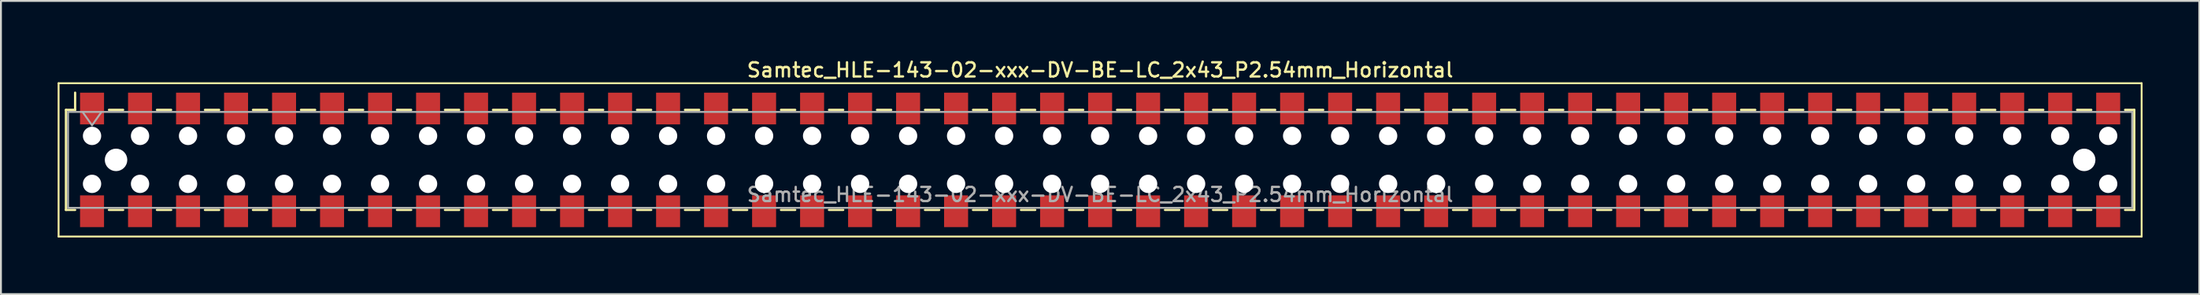
<source format=kicad_pcb>
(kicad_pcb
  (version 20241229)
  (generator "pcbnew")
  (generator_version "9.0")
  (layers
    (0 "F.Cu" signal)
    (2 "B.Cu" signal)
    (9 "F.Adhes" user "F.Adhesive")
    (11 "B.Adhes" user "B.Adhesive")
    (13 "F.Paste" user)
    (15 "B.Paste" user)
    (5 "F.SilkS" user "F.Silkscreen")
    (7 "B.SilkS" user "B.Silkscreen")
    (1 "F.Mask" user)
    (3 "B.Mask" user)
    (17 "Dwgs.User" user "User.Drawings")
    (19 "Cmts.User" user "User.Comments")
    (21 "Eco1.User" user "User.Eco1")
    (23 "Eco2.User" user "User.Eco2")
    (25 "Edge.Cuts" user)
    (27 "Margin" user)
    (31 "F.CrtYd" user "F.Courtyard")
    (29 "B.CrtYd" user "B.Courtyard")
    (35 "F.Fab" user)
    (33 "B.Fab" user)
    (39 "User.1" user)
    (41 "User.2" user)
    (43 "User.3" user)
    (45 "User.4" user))
  (footprint "Samtec_HLE-143-02-xxx-DV-BE-LC_2x43_P2.54mm_Horizontal"
    (layer "F.Cu")
    (at 55.16 5.418)
    (property "Reference" "Samtec_HLE-143-02-xxx-DV-BE-LC_2x43_P2.54mm_Horizontal" (at 0 -4.76 0) (layer "F.SilkS") (effects (font (size 0.75 0.75) (thickness 0.125))))
    (attr smd)
    (fp_line (start -55.11 -4.06) (end 55.11 -4.06) (stroke (width 0.1) (type solid)) (layer "F.SilkS"))
    (fp_line (start -55.11 4.06) (end -55.11 -4.06) (stroke (width 0.1) (type solid)) (layer "F.SilkS"))
    (fp_line (start -54.72 -2.65) (end -54.72 2.65) (stroke (width 0.12) (type solid)) (layer "F.SilkS"))
    (fp_line (start -54.72 2.65) (end -54.235 2.65) (stroke (width 0.12) (type solid)) (layer "F.SilkS"))
    (fp_line (start -54.235 -3.56) (end -54.235 -2.65) (stroke (width 0.12) (type solid)) (layer "F.SilkS"))
    (fp_line (start -54.235 -2.65) (end -54.72 -2.65) (stroke (width 0.12) (type solid)) (layer "F.SilkS"))
    (fp_line (start -52.445 -2.65) (end -51.695 -2.65) (stroke (width 0.12) (type solid)) (layer "F.SilkS"))
    (fp_line (start -52.445 2.65) (end -51.695 2.65) (stroke (width 0.12) (type solid)) (layer "F.SilkS"))
    (fp_line (start -49.905 -2.65) (end -49.155 -2.65) (stroke (width 0.12) (type solid)) (layer "F.SilkS"))
    (fp_line (start -49.905 2.65) (end -49.155 2.65) (stroke (width 0.12) (type solid)) (layer "F.SilkS"))
    (fp_line (start -47.365 -2.65) (end -46.615 -2.65) (stroke (width 0.12) (type solid)) (layer "F.SilkS"))
    (fp_line (start -47.365 2.65) (end -46.615 2.65) (stroke (width 0.12) (type solid)) (layer "F.SilkS"))
    (fp_line (start -44.825 -2.65) (end -44.075 -2.65) (stroke (width 0.12) (type solid)) (layer "F.SilkS"))
    (fp_line (start -44.825 2.65) (end -44.075 2.65) (stroke (width 0.12) (type solid)) (layer "F.SilkS"))
    (fp_line (start -42.285 -2.65) (end -41.535 -2.65) (stroke (width 0.12) (type solid)) (layer "F.SilkS"))
    (fp_line (start -42.285 2.65) (end -41.535 2.65) (stroke (width 0.12) (type solid)) (layer "F.SilkS"))
    (fp_line (start -39.745 -2.65) (end -38.995 -2.65) (stroke (width 0.12) (type solid)) (layer "F.SilkS"))
    (fp_line (start -39.745 2.65) (end -38.995 2.65) (stroke (width 0.12) (type solid)) (layer "F.SilkS"))
    (fp_line (start -37.205 -2.65) (end -36.455 -2.65) (stroke (width 0.12) (type solid)) (layer "F.SilkS"))
    (fp_line (start -37.205 2.65) (end -36.455 2.65) (stroke (width 0.12) (type solid)) (layer "F.SilkS"))
    (fp_line (start -34.665 -2.65) (end -33.915 -2.65) (stroke (width 0.12) (type solid)) (layer "F.SilkS"))
    (fp_line (start -34.665 2.65) (end -33.915 2.65) (stroke (width 0.12) (type solid)) (layer "F.SilkS"))
    (fp_line (start -32.125 -2.65) (end -31.375 -2.65) (stroke (width 0.12) (type solid)) (layer "F.SilkS"))
    (fp_line (start -32.125 2.65) (end -31.375 2.65) (stroke (width 0.12) (type solid)) (layer "F.SilkS"))
    (fp_line (start -29.585 -2.65) (end -28.835 -2.65) (stroke (width 0.12) (type solid)) (layer "F.SilkS"))
    (fp_line (start -29.585 2.65) (end -28.835 2.65) (stroke (width 0.12) (type solid)) (layer "F.SilkS"))
    (fp_line (start -27.045 -2.65) (end -26.295 -2.65) (stroke (width 0.12) (type solid)) (layer "F.SilkS"))
    (fp_line (start -27.045 2.65) (end -26.295 2.65) (stroke (width 0.12) (type solid)) (layer "F.SilkS"))
    (fp_line (start -24.505 -2.65) (end -23.755 -2.65) (stroke (width 0.12) (type solid)) (layer "F.SilkS"))
    (fp_line (start -24.505 2.65) (end -23.755 2.65) (stroke (width 0.12) (type solid)) (layer "F.SilkS"))
    (fp_line (start -21.965 -2.65) (end -21.215 -2.65) (stroke (width 0.12) (type solid)) (layer "F.SilkS"))
    (fp_line (start -21.965 2.65) (end -21.215 2.65) (stroke (width 0.12) (type solid)) (layer "F.SilkS"))
    (fp_line (start -19.425 -2.65) (end -18.675 -2.65) (stroke (width 0.12) (type solid)) (layer "F.SilkS"))
    (fp_line (start -19.425 2.65) (end -18.675 2.65) (stroke (width 0.12) (type solid)) (layer "F.SilkS"))
    (fp_line (start -16.885 -2.65) (end -16.135 -2.65) (stroke (width 0.12) (type solid)) (layer "F.SilkS"))
    (fp_line (start -16.885 2.65) (end -16.135 2.65) (stroke (width 0.12) (type solid)) (layer "F.SilkS"))
    (fp_line (start -14.345 -2.65) (end -13.595 -2.65) (stroke (width 0.12) (type solid)) (layer "F.SilkS"))
    (fp_line (start -14.345 2.65) (end -13.595 2.65) (stroke (width 0.12) (type solid)) (layer "F.SilkS"))
    (fp_line (start -11.805 -2.65) (end -11.055 -2.65) (stroke (width 0.12) (type solid)) (layer "F.SilkS"))
    (fp_line (start -11.805 2.65) (end -11.055 2.65) (stroke (width 0.12) (type solid)) (layer "F.SilkS"))
    (fp_line (start -9.265 -2.65) (end -8.515 -2.65) (stroke (width 0.12) (type solid)) (layer "F.SilkS"))
    (fp_line (start -9.265 2.65) (end -8.515 2.65) (stroke (width 0.12) (type solid)) (layer "F.SilkS"))
    (fp_line (start -6.725 -2.65) (end -5.975 -2.65) (stroke (width 0.12) (type solid)) (layer "F.SilkS"))
    (fp_line (start -6.725 2.65) (end -5.975 2.65) (stroke (width 0.12) (type solid)) (layer "F.SilkS"))
    (fp_line (start -4.185 -2.65) (end -3.435 -2.65) (stroke (width 0.12) (type solid)) (layer "F.SilkS"))
    (fp_line (start -4.185 2.65) (end -3.435 2.65) (stroke (width 0.12) (type solid)) (layer "F.SilkS"))
    (fp_line (start -1.645 -2.65) (end -0.895 -2.65) (stroke (width 0.12) (type solid)) (layer "F.SilkS"))
    (fp_line (start -1.645 2.65) (end -0.895 2.65) (stroke (width 0.12) (type solid)) (layer "F.SilkS"))
    (fp_line (start 0.895 -2.65) (end 1.645 -2.65) (stroke (width 0.12) (type solid)) (layer "F.SilkS"))
    (fp_line (start 0.895 2.65) (end 1.645 2.65) (stroke (width 0.12) (type solid)) (layer "F.SilkS"))
    (fp_line (start 3.435 -2.65) (end 4.185 -2.65) (stroke (width 0.12) (type solid)) (layer "F.SilkS"))
    (fp_line (start 3.435 2.65) (end 4.185 2.65) (stroke (width 0.12) (type solid)) (layer "F.SilkS"))
    (fp_line (start 5.975 -2.65) (end 6.725 -2.65) (stroke (width 0.12) (type solid)) (layer "F.SilkS"))
    (fp_line (start 5.975 2.65) (end 6.725 2.65) (stroke (width 0.12) (type solid)) (layer "F.SilkS"))
    (fp_line (start 8.515 -2.65) (end 9.265 -2.65) (stroke (width 0.12) (type solid)) (layer "F.SilkS"))
    (fp_line (start 8.515 2.65) (end 9.265 2.65) (stroke (width 0.12) (type solid)) (layer "F.SilkS"))
    (fp_line (start 11.055 -2.65) (end 11.805 -2.65) (stroke (width 0.12) (type solid)) (layer "F.SilkS"))
    (fp_line (start 11.055 2.65) (end 11.805 2.65) (stroke (width 0.12) (type solid)) (layer "F.SilkS"))
    (fp_line (start 13.595 -2.65) (end 14.345 -2.65) (stroke (width 0.12) (type solid)) (layer "F.SilkS"))
    (fp_line (start 13.595 2.65) (end 14.345 2.65) (stroke (width 0.12) (type solid)) (layer "F.SilkS"))
    (fp_line (start 16.135 -2.65) (end 16.885 -2.65) (stroke (width 0.12) (type solid)) (layer "F.SilkS"))
    (fp_line (start 16.135 2.65) (end 16.885 2.65) (stroke (width 0.12) (type solid)) (layer "F.SilkS"))
    (fp_line (start 18.675 -2.65) (end 19.425 -2.65) (stroke (width 0.12) (type solid)) (layer "F.SilkS"))
    (fp_line (start 18.675 2.65) (end 19.425 2.65) (stroke (width 0.12) (type solid)) (layer "F.SilkS"))
    (fp_line (start 21.215 -2.65) (end 21.965 -2.65) (stroke (width 0.12) (type solid)) (layer "F.SilkS"))
    (fp_line (start 21.215 2.65) (end 21.965 2.65) (stroke (width 0.12) (type solid)) (layer "F.SilkS"))
    (fp_line (start 23.755 -2.65) (end 24.505 -2.65) (stroke (width 0.12) (type solid)) (layer "F.SilkS"))
    (fp_line (start 23.755 2.65) (end 24.505 2.65) (stroke (width 0.12) (type solid)) (layer "F.SilkS"))
    (fp_line (start 26.295 -2.65) (end 27.045 -2.65) (stroke (width 0.12) (type solid)) (layer "F.SilkS"))
    (fp_line (start 26.295 2.65) (end 27.045 2.65) (stroke (width 0.12) (type solid)) (layer "F.SilkS"))
    (fp_line (start 28.835 -2.65) (end 29.585 -2.65) (stroke (width 0.12) (type solid)) (layer "F.SilkS"))
    (fp_line (start 28.835 2.65) (end 29.585 2.65) (stroke (width 0.12) (type solid)) (layer "F.SilkS"))
    (fp_line (start 31.375 -2.65) (end 32.125 -2.65) (stroke (width 0.12) (type solid)) (layer "F.SilkS"))
    (fp_line (start 31.375 2.65) (end 32.125 2.65) (stroke (width 0.12) (type solid)) (layer "F.SilkS"))
    (fp_line (start 33.915 -2.65) (end 34.665 -2.65) (stroke (width 0.12) (type solid)) (layer "F.SilkS"))
    (fp_line (start 33.915 2.65) (end 34.665 2.65) (stroke (width 0.12) (type solid)) (layer "F.SilkS"))
    (fp_line (start 36.455 -2.65) (end 37.205 -2.65) (stroke (width 0.12) (type solid)) (layer "F.SilkS"))
    (fp_line (start 36.455 2.65) (end 37.205 2.65) (stroke (width 0.12) (type solid)) (layer "F.SilkS"))
    (fp_line (start 38.995 -2.65) (end 39.745 -2.65) (stroke (width 0.12) (type solid)) (layer "F.SilkS"))
    (fp_line (start 38.995 2.65) (end 39.745 2.65) (stroke (width 0.12) (type solid)) (layer "F.SilkS"))
    (fp_line (start 41.535 -2.65) (end 42.285 -2.65) (stroke (width 0.12) (type solid)) (layer "F.SilkS"))
    (fp_line (start 41.535 2.65) (end 42.285 2.65) (stroke (width 0.12) (type solid)) (layer "F.SilkS"))
    (fp_line (start 44.075 -2.65) (end 44.825 -2.65) (stroke (width 0.12) (type solid)) (layer "F.SilkS"))
    (fp_line (start 44.075 2.65) (end 44.825 2.65) (stroke (width 0.12) (type solid)) (layer "F.SilkS"))
    (fp_line (start 46.615 -2.65) (end 47.365 -2.65) (stroke (width 0.12) (type solid)) (layer "F.SilkS"))
    (fp_line (start 46.615 2.65) (end 47.365 2.65) (stroke (width 0.12) (type solid)) (layer "F.SilkS"))
    (fp_line (start 49.155 -2.65) (end 49.905 -2.65) (stroke (width 0.12) (type solid)) (layer "F.SilkS"))
    (fp_line (start 49.155 2.65) (end 49.905 2.65) (stroke (width 0.12) (type solid)) (layer "F.SilkS"))
    (fp_line (start 51.695 -2.65) (end 52.445 -2.65) (stroke (width 0.12) (type solid)) (layer "F.SilkS"))
    (fp_line (start 51.695 2.65) (end 52.445 2.65) (stroke (width 0.12) (type solid)) (layer "F.SilkS"))
    (fp_line (start 54.235 -2.65) (end 54.72 -2.65) (stroke (width 0.12) (type solid)) (layer "F.SilkS"))
    (fp_line (start 54.72 -2.65) (end 54.72 2.65) (stroke (width 0.12) (type solid)) (layer "F.SilkS"))
    (fp_line (start 54.72 2.65) (end 54.235 2.65) (stroke (width 0.12) (type solid)) (layer "F.SilkS"))
    (fp_line (start 55.11 -4.06) (end 55.11 4.06) (stroke (width 0.1) (type solid)) (layer "F.SilkS"))
    (fp_line (start 55.11 4.06) (end -55.11 4.06) (stroke (width 0.1) (type solid)) (layer "F.SilkS"))
    (fp_line (start -54.61 -2.54) (end 54.61 -2.54) (stroke (width 0.1) (type solid)) (layer "F.Fab"))
    (fp_line (start -54.61 2.54) (end -54.61 -2.54) (stroke (width 0.1) (type solid)) (layer "F.Fab"))
    (fp_line (start -53.84 -2.54) (end -53.34 -1.833) (stroke (width 0.1) (type solid)) (layer "F.Fab"))
    (fp_line (start -53.34 -1.833) (end -52.84 -2.54) (stroke (width 0.1) (type solid)) (layer "F.Fab"))
    (fp_line (start 54.61 -2.54) (end 54.61 2.54) (stroke (width 0.1) (type solid)) (layer "F.Fab"))
    (fp_line (start 54.61 2.54) (end -54.61 2.54) (stroke (width 0.1) (type solid)) (layer "F.Fab"))
    (fp_text user "${REFERENCE}" (at 0 1.84 0) (layer "F.Fab") (effects (font (size 0.75 0.75) (thickness 0.125))))
    (pad "" np_thru_hole circle (at -53.34 -1.27) (size 0.97 0.97) (drill 0.97) (layers "*.Cu" "*.Mask"))
    (pad "" np_thru_hole circle (at -53.34 1.27) (size 0.97 0.97) (drill 0.97) (layers "*.Cu" "*.Mask"))
    (pad "" np_thru_hole circle (at -52.07 0) (size 1.19 1.19) (drill 1.19) (layers "*.Cu" "*.Mask"))
    (pad "" np_thru_hole circle (at -50.8 -1.27) (size 0.97 0.97) (drill 0.97) (layers "*.Cu" "*.Mask"))
    (pad "" np_thru_hole circle (at -50.8 1.27) (size 0.97 0.97) (drill 0.97) (layers "*.Cu" "*.Mask"))
    (pad "" np_thru_hole circle (at -48.26 -1.27) (size 0.97 0.97) (drill 0.97) (layers "*.Cu" "*.Mask"))
    (pad "" np_thru_hole circle (at -48.26 1.27) (size 0.97 0.97) (drill 0.97) (layers "*.Cu" "*.Mask"))
    (pad "" np_thru_hole circle (at -45.72 -1.27) (size 0.97 0.97) (drill 0.97) (layers "*.Cu" "*.Mask"))
    (pad "" np_thru_hole circle (at -45.72 1.27) (size 0.97 0.97) (drill 0.97) (layers "*.Cu" "*.Mask"))
    (pad "" np_thru_hole circle (at -43.18 -1.27) (size 0.97 0.97) (drill 0.97) (layers "*.Cu" "*.Mask"))
    (pad "" np_thru_hole circle (at -43.18 1.27) (size 0.97 0.97) (drill 0.97) (layers "*.Cu" "*.Mask"))
    (pad "" np_thru_hole circle (at -40.64 -1.27) (size 0.97 0.97) (drill 0.97) (layers "*.Cu" "*.Mask"))
    (pad "" np_thru_hole circle (at -40.64 1.27) (size 0.97 0.97) (drill 0.97) (layers "*.Cu" "*.Mask"))
    (pad "" np_thru_hole circle (at -38.1 -1.27) (size 0.97 0.97) (drill 0.97) (layers "*.Cu" "*.Mask"))
    (pad "" np_thru_hole circle (at -38.1 1.27) (size 0.97 0.97) (drill 0.97) (layers "*.Cu" "*.Mask"))
    (pad "" np_thru_hole circle (at -35.56 -1.27) (size 0.97 0.97) (drill 0.97) (layers "*.Cu" "*.Mask"))
    (pad "" np_thru_hole circle (at -35.56 1.27) (size 0.97 0.97) (drill 0.97) (layers "*.Cu" "*.Mask"))
    (pad "" np_thru_hole circle (at -33.02 -1.27) (size 0.97 0.97) (drill 0.97) (layers "*.Cu" "*.Mask"))
    (pad "" np_thru_hole circle (at -33.02 1.27) (size 0.97 0.97) (drill 0.97) (layers "*.Cu" "*.Mask"))
    (pad "" np_thru_hole circle (at -30.48 -1.27) (size 0.97 0.97) (drill 0.97) (layers "*.Cu" "*.Mask"))
    (pad "" np_thru_hole circle (at -30.48 1.27) (size 0.97 0.97) (drill 0.97) (layers "*.Cu" "*.Mask"))
    (pad "" np_thru_hole circle (at -27.94 -1.27) (size 0.97 0.97) (drill 0.97) (layers "*.Cu" "*.Mask"))
    (pad "" np_thru_hole circle (at -27.94 1.27) (size 0.97 0.97) (drill 0.97) (layers "*.Cu" "*.Mask"))
    (pad "" np_thru_hole circle (at -25.4 -1.27) (size 0.97 0.97) (drill 0.97) (layers "*.Cu" "*.Mask"))
    (pad "" np_thru_hole circle (at -25.4 1.27) (size 0.97 0.97) (drill 0.97) (layers "*.Cu" "*.Mask"))
    (pad "" np_thru_hole circle (at -22.86 -1.27) (size 0.97 0.97) (drill 0.97) (layers "*.Cu" "*.Mask"))
    (pad "" np_thru_hole circle (at -22.86 1.27) (size 0.97 0.97) (drill 0.97) (layers "*.Cu" "*.Mask"))
    (pad "" np_thru_hole circle (at -20.32 -1.27) (size 0.97 0.97) (drill 0.97) (layers "*.Cu" "*.Mask"))
    (pad "" np_thru_hole circle (at -20.32 1.27) (size 0.97 0.97) (drill 0.97) (layers "*.Cu" "*.Mask"))
    (pad "" np_thru_hole circle (at -17.78 -1.27) (size 0.97 0.97) (drill 0.97) (layers "*.Cu" "*.Mask"))
    (pad "" np_thru_hole circle (at -17.78 1.27) (size 0.97 0.97) (drill 0.97) (layers "*.Cu" "*.Mask"))
    (pad "" np_thru_hole circle (at -15.24 -1.27) (size 0.97 0.97) (drill 0.97) (layers "*.Cu" "*.Mask"))
    (pad "" np_thru_hole circle (at -15.24 1.27) (size 0.97 0.97) (drill 0.97) (layers "*.Cu" "*.Mask"))
    (pad "" np_thru_hole circle (at -12.7 -1.27) (size 0.97 0.97) (drill 0.97) (layers "*.Cu" "*.Mask"))
    (pad "" np_thru_hole circle (at -12.7 1.27) (size 0.97 0.97) (drill 0.97) (layers "*.Cu" "*.Mask"))
    (pad "" np_thru_hole circle (at -10.16 -1.27) (size 0.97 0.97) (drill 0.97) (layers "*.Cu" "*.Mask"))
    (pad "" np_thru_hole circle (at -10.16 1.27) (size 0.97 0.97) (drill 0.97) (layers "*.Cu" "*.Mask"))
    (pad "" np_thru_hole circle (at -7.62 -1.27) (size 0.97 0.97) (drill 0.97) (layers "*.Cu" "*.Mask"))
    (pad "" np_thru_hole circle (at -7.62 1.27) (size 0.97 0.97) (drill 0.97) (layers "*.Cu" "*.Mask"))
    (pad "" np_thru_hole circle (at -5.08 -1.27) (size 0.97 0.97) (drill 0.97) (layers "*.Cu" "*.Mask"))
    (pad "" np_thru_hole circle (at -5.08 1.27) (size 0.97 0.97) (drill 0.97) (layers "*.Cu" "*.Mask"))
    (pad "" np_thru_hole circle (at -2.54 -1.27) (size 0.97 0.97) (drill 0.97) (layers "*.Cu" "*.Mask"))
    (pad "" np_thru_hole circle (at -2.54 1.27) (size 0.97 0.97) (drill 0.97) (layers "*.Cu" "*.Mask"))
    (pad "" np_thru_hole circle (at 0 -1.27) (size 0.97 0.97) (drill 0.97) (layers "*.Cu" "*.Mask"))
    (pad "" np_thru_hole circle (at 0 1.27) (size 0.97 0.97) (drill 0.97) (layers "*.Cu" "*.Mask"))
    (pad "" np_thru_hole circle (at 2.54 -1.27) (size 0.97 0.97) (drill 0.97) (layers "*.Cu" "*.Mask"))
    (pad "" np_thru_hole circle (at 2.54 1.27) (size 0.97 0.97) (drill 0.97) (layers "*.Cu" "*.Mask"))
    (pad "" np_thru_hole circle (at 5.08 -1.27) (size 0.97 0.97) (drill 0.97) (layers "*.Cu" "*.Mask"))
    (pad "" np_thru_hole circle (at 5.08 1.27) (size 0.97 0.97) (drill 0.97) (layers "*.Cu" "*.Mask"))
    (pad "" np_thru_hole circle (at 7.62 -1.27) (size 0.97 0.97) (drill 0.97) (layers "*.Cu" "*.Mask"))
    (pad "" np_thru_hole circle (at 7.62 1.27) (size 0.97 0.97) (drill 0.97) (layers "*.Cu" "*.Mask"))
    (pad "" np_thru_hole circle (at 10.16 -1.27) (size 0.97 0.97) (drill 0.97) (layers "*.Cu" "*.Mask"))
    (pad "" np_thru_hole circle (at 10.16 1.27) (size 0.97 0.97) (drill 0.97) (layers "*.Cu" "*.Mask"))
    (pad "" np_thru_hole circle (at 12.7 -1.27) (size 0.97 0.97) (drill 0.97) (layers "*.Cu" "*.Mask"))
    (pad "" np_thru_hole circle (at 12.7 1.27) (size 0.97 0.97) (drill 0.97) (layers "*.Cu" "*.Mask"))
    (pad "" np_thru_hole circle (at 15.24 -1.27) (size 0.97 0.97) (drill 0.97) (layers "*.Cu" "*.Mask"))
    (pad "" np_thru_hole circle (at 15.24 1.27) (size 0.97 0.97) (drill 0.97) (layers "*.Cu" "*.Mask"))
    (pad "" np_thru_hole circle (at 17.78 -1.27) (size 0.97 0.97) (drill 0.97) (layers "*.Cu" "*.Mask"))
    (pad "" np_thru_hole circle (at 17.78 1.27) (size 0.97 0.97) (drill 0.97) (layers "*.Cu" "*.Mask"))
    (pad "" np_thru_hole circle (at 20.32 -1.27) (size 0.97 0.97) (drill 0.97) (layers "*.Cu" "*.Mask"))
    (pad "" np_thru_hole circle (at 20.32 1.27) (size 0.97 0.97) (drill 0.97) (layers "*.Cu" "*.Mask"))
    (pad "" np_thru_hole circle (at 22.86 -1.27) (size 0.97 0.97) (drill 0.97) (layers "*.Cu" "*.Mask"))
    (pad "" np_thru_hole circle (at 22.86 1.27) (size 0.97 0.97) (drill 0.97) (layers "*.Cu" "*.Mask"))
    (pad "" np_thru_hole circle (at 25.4 -1.27) (size 0.97 0.97) (drill 0.97) (layers "*.Cu" "*.Mask"))
    (pad "" np_thru_hole circle (at 25.4 1.27) (size 0.97 0.97) (drill 0.97) (layers "*.Cu" "*.Mask"))
    (pad "" np_thru_hole circle (at 27.94 -1.27) (size 0.97 0.97) (drill 0.97) (layers "*.Cu" "*.Mask"))
    (pad "" np_thru_hole circle (at 27.94 1.27) (size 0.97 0.97) (drill 0.97) (layers "*.Cu" "*.Mask"))
    (pad "" np_thru_hole circle (at 30.48 -1.27) (size 0.97 0.97) (drill 0.97) (layers "*.Cu" "*.Mask"))
    (pad "" np_thru_hole circle (at 30.48 1.27) (size 0.97 0.97) (drill 0.97) (layers "*.Cu" "*.Mask"))
    (pad "" np_thru_hole circle (at 33.02 -1.27) (size 0.97 0.97) (drill 0.97) (layers "*.Cu" "*.Mask"))
    (pad "" np_thru_hole circle (at 33.02 1.27) (size 0.97 0.97) (drill 0.97) (layers "*.Cu" "*.Mask"))
    (pad "" np_thru_hole circle (at 35.56 -1.27) (size 0.97 0.97) (drill 0.97) (layers "*.Cu" "*.Mask"))
    (pad "" np_thru_hole circle (at 35.56 1.27) (size 0.97 0.97) (drill 0.97) (layers "*.Cu" "*.Mask"))
    (pad "" np_thru_hole circle (at 38.1 -1.27) (size 0.97 0.97) (drill 0.97) (layers "*.Cu" "*.Mask"))
    (pad "" np_thru_hole circle (at 38.1 1.27) (size 0.97 0.97) (drill 0.97) (layers "*.Cu" "*.Mask"))
    (pad "" np_thru_hole circle (at 40.64 -1.27) (size 0.97 0.97) (drill 0.97) (layers "*.Cu" "*.Mask"))
    (pad "" np_thru_hole circle (at 40.64 1.27) (size 0.97 0.97) (drill 0.97) (layers "*.Cu" "*.Mask"))
    (pad "" np_thru_hole circle (at 43.18 -1.27) (size 0.97 0.97) (drill 0.97) (layers "*.Cu" "*.Mask"))
    (pad "" np_thru_hole circle (at 43.18 1.27) (size 0.97 0.97) (drill 0.97) (layers "*.Cu" "*.Mask"))
    (pad "" np_thru_hole circle (at 45.72 -1.27) (size 0.97 0.97) (drill 0.97) (layers "*.Cu" "*.Mask"))
    (pad "" np_thru_hole circle (at 45.72 1.27) (size 0.97 0.97) (drill 0.97) (layers "*.Cu" "*.Mask"))
    (pad "" np_thru_hole circle (at 48.26 -1.27) (size 0.97 0.97) (drill 0.97) (layers "*.Cu" "*.Mask"))
    (pad "" np_thru_hole circle (at 48.26 1.27) (size 0.97 0.97) (drill 0.97) (layers "*.Cu" "*.Mask"))
    (pad "" np_thru_hole circle (at 50.8 -1.27) (size 0.97 0.97) (drill 0.97) (layers "*.Cu" "*.Mask"))
    (pad "" np_thru_hole circle (at 50.8 1.27) (size 0.97 0.97) (drill 0.97) (layers "*.Cu" "*.Mask"))
    (pad "" np_thru_hole circle (at 52.07 0) (size 1.19 1.19) (drill 1.19) (layers "*.Cu" "*.Mask"))
    (pad "" np_thru_hole circle (at 53.34 -1.27) (size 0.97 0.97) (drill 0.97) (layers "*.Cu" "*.Mask"))
    (pad "" np_thru_hole circle (at 53.34 1.27) (size 0.97 0.97) (drill 0.97) (layers "*.Cu" "*.Mask"))
    (pad "1" smd rect (at -53.34 -2.72) (size 1.27 1.68) (layers "F.Cu" "F.Mask" "F.Paste"))
    (pad "2" smd rect (at -53.34 2.72) (size 1.27 1.68) (layers "F.Cu" "F.Mask" "F.Paste"))
    (pad "3" smd rect (at -50.8 -2.72) (size 1.27 1.68) (layers "F.Cu" "F.Mask" "F.Paste"))
    (pad "4" smd rect (at -50.8 2.72) (size 1.27 1.68) (layers "F.Cu" "F.Mask" "F.Paste"))
    (pad "5" smd rect (at -48.26 -2.72) (size 1.27 1.68) (layers "F.Cu" "F.Mask" "F.Paste"))
    (pad "6" smd rect (at -48.26 2.72) (size 1.27 1.68) (layers "F.Cu" "F.Mask" "F.Paste"))
    (pad "7" smd rect (at -45.72 -2.72) (size 1.27 1.68) (layers "F.Cu" "F.Mask" "F.Paste"))
    (pad "8" smd rect (at -45.72 2.72) (size 1.27 1.68) (layers "F.Cu" "F.Mask" "F.Paste"))
    (pad "9" smd rect (at -43.18 -2.72) (size 1.27 1.68) (layers "F.Cu" "F.Mask" "F.Paste"))
    (pad "10" smd rect (at -43.18 2.72) (size 1.27 1.68) (layers "F.Cu" "F.Mask" "F.Paste"))
    (pad "11" smd rect (at -40.64 -2.72) (size 1.27 1.68) (layers "F.Cu" "F.Mask" "F.Paste"))
    (pad "12" smd rect (at -40.64 2.72) (size 1.27 1.68) (layers "F.Cu" "F.Mask" "F.Paste"))
    (pad "13" smd rect (at -38.1 -2.72) (size 1.27 1.68) (layers "F.Cu" "F.Mask" "F.Paste"))
    (pad "14" smd rect (at -38.1 2.72) (size 1.27 1.68) (layers "F.Cu" "F.Mask" "F.Paste"))
    (pad "15" smd rect (at -35.56 -2.72) (size 1.27 1.68) (layers "F.Cu" "F.Mask" "F.Paste"))
    (pad "16" smd rect (at -35.56 2.72) (size 1.27 1.68) (layers "F.Cu" "F.Mask" "F.Paste"))
    (pad "17" smd rect (at -33.02 -2.72) (size 1.27 1.68) (layers "F.Cu" "F.Mask" "F.Paste"))
    (pad "18" smd rect (at -33.02 2.72) (size 1.27 1.68) (layers "F.Cu" "F.Mask" "F.Paste"))
    (pad "19" smd rect (at -30.48 -2.72) (size 1.27 1.68) (layers "F.Cu" "F.Mask" "F.Paste"))
    (pad "20" smd rect (at -30.48 2.72) (size 1.27 1.68) (layers "F.Cu" "F.Mask" "F.Paste"))
    (pad "21" smd rect (at -27.94 -2.72) (size 1.27 1.68) (layers "F.Cu" "F.Mask" "F.Paste"))
    (pad "22" smd rect (at -27.94 2.72) (size 1.27 1.68) (layers "F.Cu" "F.Mask" "F.Paste"))
    (pad "23" smd rect (at -25.4 -2.72) (size 1.27 1.68) (layers "F.Cu" "F.Mask" "F.Paste"))
    (pad "24" smd rect (at -25.4 2.72) (size 1.27 1.68) (layers "F.Cu" "F.Mask" "F.Paste"))
    (pad "25" smd rect (at -22.86 -2.72) (size 1.27 1.68) (layers "F.Cu" "F.Mask" "F.Paste"))
    (pad "26" smd rect (at -22.86 2.72) (size 1.27 1.68) (layers "F.Cu" "F.Mask" "F.Paste"))
    (pad "27" smd rect (at -20.32 -2.72) (size 1.27 1.68) (layers "F.Cu" "F.Mask" "F.Paste"))
    (pad "28" smd rect (at -20.32 2.72) (size 1.27 1.68) (layers "F.Cu" "F.Mask" "F.Paste"))
    (pad "29" smd rect (at -17.78 -2.72) (size 1.27 1.68) (layers "F.Cu" "F.Mask" "F.Paste"))
    (pad "30" smd rect (at -17.78 2.72) (size 1.27 1.68) (layers "F.Cu" "F.Mask" "F.Paste"))
    (pad "31" smd rect (at -15.24 -2.72) (size 1.27 1.68) (layers "F.Cu" "F.Mask" "F.Paste"))
    (pad "32" smd rect (at -15.24 2.72) (size 1.27 1.68) (layers "F.Cu" "F.Mask" "F.Paste"))
    (pad "33" smd rect (at -12.7 -2.72) (size 1.27 1.68) (layers "F.Cu" "F.Mask" "F.Paste"))
    (pad "34" smd rect (at -12.7 2.72) (size 1.27 1.68) (layers "F.Cu" "F.Mask" "F.Paste"))
    (pad "35" smd rect (at -10.16 -2.72) (size 1.27 1.68) (layers "F.Cu" "F.Mask" "F.Paste"))
    (pad "36" smd rect (at -10.16 2.72) (size 1.27 1.68) (layers "F.Cu" "F.Mask" "F.Paste"))
    (pad "37" smd rect (at -7.62 -2.72) (size 1.27 1.68) (layers "F.Cu" "F.Mask" "F.Paste"))
    (pad "38" smd rect (at -7.62 2.72) (size 1.27 1.68) (layers "F.Cu" "F.Mask" "F.Paste"))
    (pad "39" smd rect (at -5.08 -2.72) (size 1.27 1.68) (layers "F.Cu" "F.Mask" "F.Paste"))
    (pad "40" smd rect (at -5.08 2.72) (size 1.27 1.68) (layers "F.Cu" "F.Mask" "F.Paste"))
    (pad "41" smd rect (at -2.54 -2.72) (size 1.27 1.68) (layers "F.Cu" "F.Mask" "F.Paste"))
    (pad "42" smd rect (at -2.54 2.72) (size 1.27 1.68) (layers "F.Cu" "F.Mask" "F.Paste"))
    (pad "43" smd rect (at 0 -2.72) (size 1.27 1.68) (layers "F.Cu" "F.Mask" "F.Paste"))
    (pad "44" smd rect (at 0 2.72) (size 1.27 1.68) (layers "F.Cu" "F.Mask" "F.Paste"))
    (pad "45" smd rect (at 2.54 -2.72) (size 1.27 1.68) (layers "F.Cu" "F.Mask" "F.Paste"))
    (pad "46" smd rect (at 2.54 2.72) (size 1.27 1.68) (layers "F.Cu" "F.Mask" "F.Paste"))
    (pad "47" smd rect (at 5.08 -2.72) (size 1.27 1.68) (layers "F.Cu" "F.Mask" "F.Paste"))
    (pad "48" smd rect (at 5.08 2.72) (size 1.27 1.68) (layers "F.Cu" "F.Mask" "F.Paste"))
    (pad "49" smd rect (at 7.62 -2.72) (size 1.27 1.68) (layers "F.Cu" "F.Mask" "F.Paste"))
    (pad "50" smd rect (at 7.62 2.72) (size 1.27 1.68) (layers "F.Cu" "F.Mask" "F.Paste"))
    (pad "51" smd rect (at 10.16 -2.72) (size 1.27 1.68) (layers "F.Cu" "F.Mask" "F.Paste"))
    (pad "52" smd rect (at 10.16 2.72) (size 1.27 1.68) (layers "F.Cu" "F.Mask" "F.Paste"))
    (pad "53" smd rect (at 12.7 -2.72) (size 1.27 1.68) (layers "F.Cu" "F.Mask" "F.Paste"))
    (pad "54" smd rect (at 12.7 2.72) (size 1.27 1.68) (layers "F.Cu" "F.Mask" "F.Paste"))
    (pad "55" smd rect (at 15.24 -2.72) (size 1.27 1.68) (layers "F.Cu" "F.Mask" "F.Paste"))
    (pad "56" smd rect (at 15.24 2.72) (size 1.27 1.68) (layers "F.Cu" "F.Mask" "F.Paste"))
    (pad "57" smd rect (at 17.78 -2.72) (size 1.27 1.68) (layers "F.Cu" "F.Mask" "F.Paste"))
    (pad "58" smd rect (at 17.78 2.72) (size 1.27 1.68) (layers "F.Cu" "F.Mask" "F.Paste"))
    (pad "59" smd rect (at 20.32 -2.72) (size 1.27 1.68) (layers "F.Cu" "F.Mask" "F.Paste"))
    (pad "60" smd rect (at 20.32 2.72) (size 1.27 1.68) (layers "F.Cu" "F.Mask" "F.Paste"))
    (pad "61" smd rect (at 22.86 -2.72) (size 1.27 1.68) (layers "F.Cu" "F.Mask" "F.Paste"))
    (pad "62" smd rect (at 22.86 2.72) (size 1.27 1.68) (layers "F.Cu" "F.Mask" "F.Paste"))
    (pad "63" smd rect (at 25.4 -2.72) (size 1.27 1.68) (layers "F.Cu" "F.Mask" "F.Paste"))
    (pad "64" smd rect (at 25.4 2.72) (size 1.27 1.68) (layers "F.Cu" "F.Mask" "F.Paste"))
    (pad "65" smd rect (at 27.94 -2.72) (size 1.27 1.68) (layers "F.Cu" "F.Mask" "F.Paste"))
    (pad "66" smd rect (at 27.94 2.72) (size 1.27 1.68) (layers "F.Cu" "F.Mask" "F.Paste"))
    (pad "67" smd rect (at 30.48 -2.72) (size 1.27 1.68) (layers "F.Cu" "F.Mask" "F.Paste"))
    (pad "68" smd rect (at 30.48 2.72) (size 1.27 1.68) (layers "F.Cu" "F.Mask" "F.Paste"))
    (pad "69" smd rect (at 33.02 -2.72) (size 1.27 1.68) (layers "F.Cu" "F.Mask" "F.Paste"))
    (pad "70" smd rect (at 33.02 2.72) (size 1.27 1.68) (layers "F.Cu" "F.Mask" "F.Paste"))
    (pad "71" smd rect (at 35.56 -2.72) (size 1.27 1.68) (layers "F.Cu" "F.Mask" "F.Paste"))
    (pad "72" smd rect (at 35.56 2.72) (size 1.27 1.68) (layers "F.Cu" "F.Mask" "F.Paste"))
    (pad "73" smd rect (at 38.1 -2.72) (size 1.27 1.68) (layers "F.Cu" "F.Mask" "F.Paste"))
    (pad "74" smd rect (at 38.1 2.72) (size 1.27 1.68) (layers "F.Cu" "F.Mask" "F.Paste"))
    (pad "75" smd rect (at 40.64 -2.72) (size 1.27 1.68) (layers "F.Cu" "F.Mask" "F.Paste"))
    (pad "76" smd rect (at 40.64 2.72) (size 1.27 1.68) (layers "F.Cu" "F.Mask" "F.Paste"))
    (pad "77" smd rect (at 43.18 -2.72) (size 1.27 1.68) (layers "F.Cu" "F.Mask" "F.Paste"))
    (pad "78" smd rect (at 43.18 2.72) (size 1.27 1.68) (layers "F.Cu" "F.Mask" "F.Paste"))
    (pad "79" smd rect (at 45.72 -2.72) (size 1.27 1.68) (layers "F.Cu" "F.Mask" "F.Paste"))
    (pad "80" smd rect (at 45.72 2.72) (size 1.27 1.68) (layers "F.Cu" "F.Mask" "F.Paste"))
    (pad "81" smd rect (at 48.26 -2.72) (size 1.27 1.68) (layers "F.Cu" "F.Mask" "F.Paste"))
    (pad "82" smd rect (at 48.26 2.72) (size 1.27 1.68) (layers "F.Cu" "F.Mask" "F.Paste"))
    (pad "83" smd rect (at 50.8 -2.72) (size 1.27 1.68) (layers "F.Cu" "F.Mask" "F.Paste"))
    (pad "84" smd rect (at 50.8 2.72) (size 1.27 1.68) (layers "F.Cu" "F.Mask" "F.Paste"))
    (pad "85" smd rect (at 53.34 -2.72) (size 1.27 1.68) (layers "F.Cu" "F.Mask" "F.Paste"))
    (pad "86" smd rect (at 53.34 2.72) (size 1.27 1.68) (layers "F.Cu" "F.Mask" "F.Paste")))
  (gr_rect
    (start -3 -3)
    (end 113.32 12.528)
    (stroke (width 0.1) (type default))
    (fill no)
    (layer "Edge.Cuts")))
</source>
